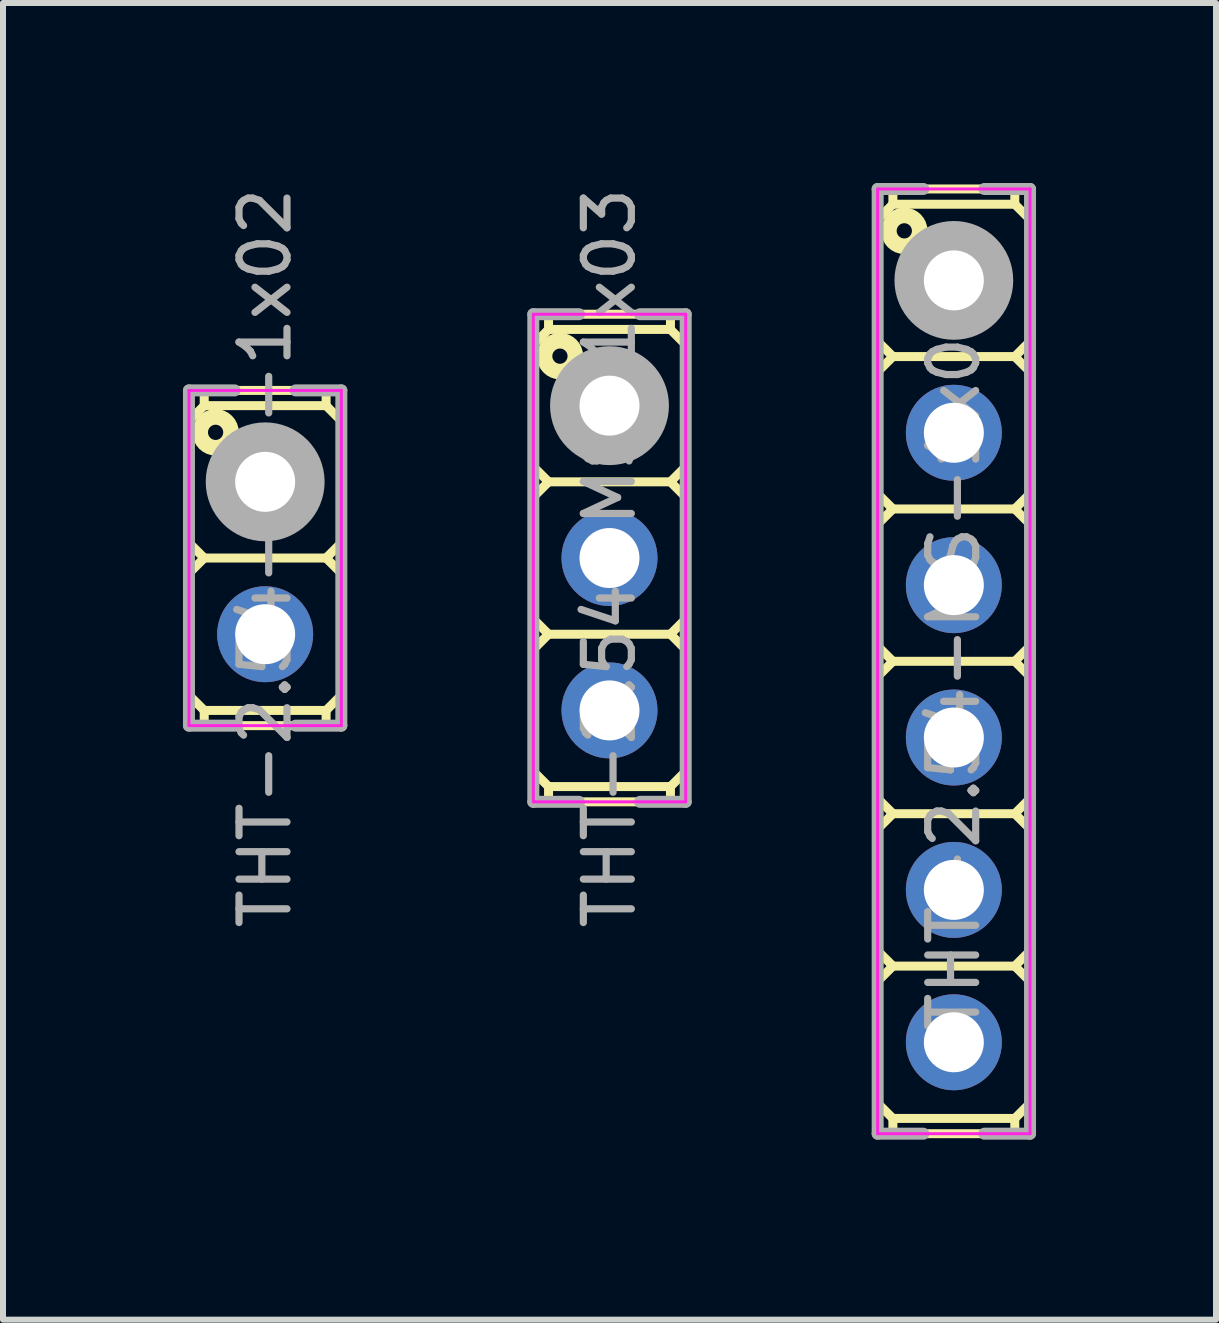
<source format=kicad_pcb>
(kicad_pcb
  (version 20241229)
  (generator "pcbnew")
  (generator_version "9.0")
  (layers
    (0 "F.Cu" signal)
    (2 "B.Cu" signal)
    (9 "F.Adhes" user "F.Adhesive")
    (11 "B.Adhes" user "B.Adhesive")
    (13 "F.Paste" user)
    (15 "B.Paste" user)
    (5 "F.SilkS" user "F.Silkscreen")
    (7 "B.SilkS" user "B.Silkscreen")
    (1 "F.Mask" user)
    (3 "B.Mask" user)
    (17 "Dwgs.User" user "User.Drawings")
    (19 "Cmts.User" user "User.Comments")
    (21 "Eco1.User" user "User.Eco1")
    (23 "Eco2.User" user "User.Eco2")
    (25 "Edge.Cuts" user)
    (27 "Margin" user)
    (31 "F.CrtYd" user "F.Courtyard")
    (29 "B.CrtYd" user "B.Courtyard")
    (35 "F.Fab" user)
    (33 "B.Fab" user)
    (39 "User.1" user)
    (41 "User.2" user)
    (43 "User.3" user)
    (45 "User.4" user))
  (footprint "THT-2.54-MS-1x03"
    (layer "F.Cu")
    (at 7.11 6.252)
    (property "Reference" "THT-2.54-MS-1x03" (at 0 0 270) (layer "F.Fab") (effects (font (size 0.8 0.8) (thickness 0.12))))
    (attr through_hole)
    (fp_line (start -1.27 -3.556) (end -1.27 -1.524) (stroke (width 0.15) (type solid)) (layer "F.SilkS"))
    (fp_line (start -1.27 -3.556) (end -1.016 -3.81) (stroke (width 0.15) (type solid)) (layer "F.SilkS"))
    (fp_line (start -1.27 -1.524) (end -1.016 -1.27) (stroke (width 0.15) (type solid)) (layer "F.SilkS"))
    (fp_line (start -1.27 -1.016) (end -1.27 1.016) (stroke (width 0.15) (type solid)) (layer "F.SilkS"))
    (fp_line (start -1.27 1.016) (end -1.016 1.27) (stroke (width 0.15) (type solid)) (layer "F.SilkS"))
    (fp_line (start -1.27 1.524) (end -1.27 3.556) (stroke (width 0.15) (type solid)) (layer "F.SilkS"))
    (fp_line (start -1.27 3.556) (end -1.016 3.81) (stroke (width 0.15) (type solid)) (layer "F.SilkS"))
    (fp_line (start -1.016 -4.064) (end 1.016 -4.064) (stroke (width 0.15) (type solid)) (layer "F.SilkS"))
    (fp_line (start -1.016 -3.81) (end -1.016 -4.064) (stroke (width 0.15) (type solid)) (layer "F.SilkS"))
    (fp_line (start -1.016 -3.81) (end 1.016 -3.81) (stroke (width 0.15) (type solid)) (layer "F.SilkS"))
    (fp_line (start -1.016 -1.27) (end -1.27 -1.016) (stroke (width 0.15) (type solid)) (layer "F.SilkS"))
    (fp_line (start -1.016 1.27) (end -1.27 1.524) (stroke (width 0.15) (type solid)) (layer "F.SilkS"))
    (fp_line (start -1.016 1.27) (end 1.016 1.27) (stroke (width 0.15) (type solid)) (layer "F.SilkS"))
    (fp_line (start -1.016 3.81) (end -1.016 4.064) (stroke (width 0.15) (type solid)) (layer "F.SilkS"))
    (fp_line (start -1.016 4.064) (end 1.016 4.064) (stroke (width 0.15) (type solid)) (layer "F.SilkS"))
    (fp_line (start 1.016 -4.064) (end 1.016 -3.81) (stroke (width 0.15) (type solid)) (layer "F.SilkS"))
    (fp_line (start 1.016 -3.81) (end 1.27 -3.556) (stroke (width 0.15) (type solid)) (layer "F.SilkS"))
    (fp_line (start 1.016 -1.27) (end -1.016 -1.27) (stroke (width 0.15) (type solid)) (layer "F.SilkS"))
    (fp_line (start 1.016 1.27) (end 1.27 1.016) (stroke (width 0.15) (type solid)) (layer "F.SilkS"))
    (fp_line (start 1.016 3.81) (end -1.016 3.81) (stroke (width 0.15) (type solid)) (layer "F.SilkS"))
    (fp_line (start 1.016 3.81) (end 1.27 3.556) (stroke (width 0.15) (type solid)) (layer "F.SilkS"))
    (fp_line (start 1.016 4.064) (end 1.016 3.81) (stroke (width 0.15) (type solid)) (layer "F.SilkS"))
    (fp_line (start 1.27 -3.556) (end 1.27 -1.524) (stroke (width 0.15) (type solid)) (layer "F.SilkS"))
    (fp_line (start 1.27 -1.524) (end 1.016 -1.27) (stroke (width 0.15) (type solid)) (layer "F.SilkS"))
    (fp_line (start 1.27 -1.016) (end 1.016 -1.27) (stroke (width 0.15) (type solid)) (layer "F.SilkS"))
    (fp_line (start 1.27 1.016) (end 1.27 -1.016) (stroke (width 0.15) (type solid)) (layer "F.SilkS"))
    (fp_line (start 1.27 1.524) (end 1.016 1.27) (stroke (width 0.15) (type solid)) (layer "F.SilkS"))
    (fp_line (start 1.27 3.556) (end 1.27 1.524) (stroke (width 0.15) (type solid)) (layer "F.SilkS"))
    (fp_circle (center -0.826 -3.365) (end -0.699 -3.365) (stroke (width 0.26) (type solid)) (fill no) (layer "F.SilkS"))
    (fp_line (start -1.27 -4.064) (end 1.27 -4.064) (stroke (width 0.05) (type solid)) (layer "F.CrtYd"))
    (fp_line (start -1.27 4.064) (end -1.27 -4.064) (stroke (width 0.05) (type solid)) (layer "F.CrtYd"))
    (fp_line (start 1.27 -4.064) (end 1.27 4.064) (stroke (width 0.05) (type solid)) (layer "F.CrtYd"))
    (fp_line (start 1.27 4.064) (end -1.27 4.064) (stroke (width 0.05) (type solid)) (layer "F.CrtYd"))
    (fp_line (start -1.27 -4.064) (end -1.27 4.064) (stroke (width 0.2) (type solid)) (layer "F.Fab"))
    (fp_line (start -0.508 -4.064) (end -1.27 -4.064) (stroke (width 0.2) (type solid)) (layer "F.Fab"))
    (fp_line (start -0.508 4.064) (end -1.27 4.064) (stroke (width 0.2) (type solid)) (layer "F.Fab"))
    (fp_line (start 1.27 -4.064) (end 0.508 -4.064) (stroke (width 0.2) (type solid)) (layer "F.Fab"))
    (fp_line (start 1.27 4.064) (end 0.508 4.064) (stroke (width 0.2) (type solid)) (layer "F.Fab"))
    (fp_line (start 1.27 4.064) (end 1.27 -4.064) (stroke (width 0.2) (type solid)) (layer "F.Fab"))
    (fp_circle (center 0 -2.54) (end 0 -2.349) (stroke (width 0.8) (type solid)) (fill no) (layer "F.Fab"))
    (pad "1" thru_hole circle (at 0 -2.54) (size 1.6 1.6) (drill 1) (layers "*.Cu" "*.Mask"))
    (pad "2" thru_hole circle (at 0 0) (size 1.6 1.6) (drill 1) (layers "*.Cu" "*.Mask"))
    (pad "3" thru_hole circle (at 0 2.54) (size 1.6 1.6) (drill 1) (layers "*.Cu" "*.Mask")))
  (footprint "THT-2.54-MS-1x06"
    (layer "F.Cu")
    (at 12.85 7.974)
    (property "Reference" "THT-2.54-MS-1x06" (at 0 0 270) (layer "F.Fab") (effects (font (size 0.8 0.8) (thickness 0.12))))
    (attr through_hole)
    (fp_line (start -1.27 -7.366) (end -1.27 -5.334) (stroke (width 0.15) (type solid)) (layer "F.SilkS"))
    (fp_line (start -1.27 -7.366) (end -1.016 -7.62) (stroke (width 0.15) (type solid)) (layer "F.SilkS"))
    (fp_line (start -1.27 -5.334) (end -1.016 -5.08) (stroke (width 0.15) (type solid)) (layer "F.SilkS"))
    (fp_line (start -1.27 -4.826) (end -1.27 -2.794) (stroke (width 0.15) (type solid)) (layer "F.SilkS"))
    (fp_line (start -1.27 -2.794) (end -1.016 -2.54) (stroke (width 0.15) (type solid)) (layer "F.SilkS"))
    (fp_line (start -1.27 -2.286) (end -1.27 -0.254) (stroke (width 0.15) (type solid)) (layer "F.SilkS"))
    (fp_line (start -1.27 -0.254) (end -1.016 0) (stroke (width 0.15) (type solid)) (layer "F.SilkS"))
    (fp_line (start -1.27 0.254) (end -1.27 2.286) (stroke (width 0.15) (type solid)) (layer "F.SilkS"))
    (fp_line (start -1.27 2.286) (end -1.016 2.54) (stroke (width 0.15) (type solid)) (layer "F.SilkS"))
    (fp_line (start -1.27 2.794) (end -1.27 4.826) (stroke (width 0.15) (type solid)) (layer "F.SilkS"))
    (fp_line (start -1.27 4.826) (end -1.016 5.08) (stroke (width 0.15) (type solid)) (layer "F.SilkS"))
    (fp_line (start -1.27 5.334) (end -1.27 7.366) (stroke (width 0.15) (type solid)) (layer "F.SilkS"))
    (fp_line (start -1.27 7.366) (end -1.016 7.62) (stroke (width 0.15) (type solid)) (layer "F.SilkS"))
    (fp_line (start -1.016 -7.874) (end 1.016 -7.874) (stroke (width 0.15) (type solid)) (layer "F.SilkS"))
    (fp_line (start -1.016 -7.62) (end -1.016 -7.874) (stroke (width 0.15) (type solid)) (layer "F.SilkS"))
    (fp_line (start -1.016 -7.62) (end 1.016 -7.62) (stroke (width 0.15) (type solid)) (layer "F.SilkS"))
    (fp_line (start -1.016 -5.08) (end -1.27 -4.826) (stroke (width 0.15) (type solid)) (layer "F.SilkS"))
    (fp_line (start -1.016 -2.54) (end -1.27 -2.286) (stroke (width 0.15) (type solid)) (layer "F.SilkS"))
    (fp_line (start -1.016 -2.54) (end 1.016 -2.54) (stroke (width 0.15) (type solid)) (layer "F.SilkS"))
    (fp_line (start -1.016 0) (end -1.27 0.254) (stroke (width 0.15) (type solid)) (layer "F.SilkS"))
    (fp_line (start -1.016 2.54) (end -1.27 2.794) (stroke (width 0.15) (type solid)) (layer "F.SilkS"))
    (fp_line (start -1.016 5.08) (end -1.27 5.334) (stroke (width 0.15) (type solid)) (layer "F.SilkS"))
    (fp_line (start -1.016 7.62) (end -1.016 7.874) (stroke (width 0.15) (type solid)) (layer "F.SilkS"))
    (fp_line (start -1.016 7.62) (end 1.016 7.62) (stroke (width 0.15) (type solid)) (layer "F.SilkS"))
    (fp_line (start -1.016 7.874) (end 1.016 7.874) (stroke (width 0.15) (type solid)) (layer "F.SilkS"))
    (fp_line (start 1.016 -7.874) (end 1.016 -7.62) (stroke (width 0.15) (type solid)) (layer "F.SilkS"))
    (fp_line (start 1.016 -7.62) (end 1.27 -7.366) (stroke (width 0.15) (type solid)) (layer "F.SilkS"))
    (fp_line (start 1.016 -5.08) (end -1.016 -5.08) (stroke (width 0.15) (type solid)) (layer "F.SilkS"))
    (fp_line (start 1.016 -2.54) (end 1.27 -2.794) (stroke (width 0.15) (type solid)) (layer "F.SilkS"))
    (fp_line (start 1.016 0) (end -1.016 0) (stroke (width 0.15) (type solid)) (layer "F.SilkS"))
    (fp_line (start 1.016 0) (end 1.27 -0.254) (stroke (width 0.15) (type solid)) (layer "F.SilkS"))
    (fp_line (start 1.016 2.54) (end -1.016 2.54) (stroke (width 0.15) (type solid)) (layer "F.SilkS"))
    (fp_line (start 1.016 2.54) (end 1.27 2.286) (stroke (width 0.15) (type solid)) (layer "F.SilkS"))
    (fp_line (start 1.016 5.08) (end -1.016 5.08) (stroke (width 0.15) (type solid)) (layer "F.SilkS"))
    (fp_line (start 1.016 5.08) (end 1.27 4.826) (stroke (width 0.15) (type solid)) (layer "F.SilkS"))
    (fp_line (start 1.016 7.62) (end 1.27 7.366) (stroke (width 0.15) (type solid)) (layer "F.SilkS"))
    (fp_line (start 1.016 7.874) (end 1.016 7.62) (stroke (width 0.15) (type solid)) (layer "F.SilkS"))
    (fp_line (start 1.27 -7.366) (end 1.27 -5.334) (stroke (width 0.15) (type solid)) (layer "F.SilkS"))
    (fp_line (start 1.27 -5.334) (end 1.016 -5.08) (stroke (width 0.15) (type solid)) (layer "F.SilkS"))
    (fp_line (start 1.27 -4.826) (end 1.016 -5.08) (stroke (width 0.15) (type solid)) (layer "F.SilkS"))
    (fp_line (start 1.27 -2.794) (end 1.27 -4.826) (stroke (width 0.15) (type solid)) (layer "F.SilkS"))
    (fp_line (start 1.27 -2.286) (end 1.016 -2.54) (stroke (width 0.15) (type solid)) (layer "F.SilkS"))
    (fp_line (start 1.27 -0.254) (end 1.27 -2.286) (stroke (width 0.15) (type solid)) (layer "F.SilkS"))
    (fp_line (start 1.27 0.254) (end 1.016 0) (stroke (width 0.15) (type solid)) (layer "F.SilkS"))
    (fp_line (start 1.27 2.286) (end 1.27 0.254) (stroke (width 0.15) (type solid)) (layer "F.SilkS"))
    (fp_line (start 1.27 2.794) (end 1.016 2.54) (stroke (width 0.15) (type solid)) (layer "F.SilkS"))
    (fp_line (start 1.27 4.826) (end 1.27 2.794) (stroke (width 0.15) (type solid)) (layer "F.SilkS"))
    (fp_line (start 1.27 5.334) (end 1.016 5.08) (stroke (width 0.15) (type solid)) (layer "F.SilkS"))
    (fp_line (start 1.27 7.366) (end 1.27 5.334) (stroke (width 0.15) (type solid)) (layer "F.SilkS"))
    (fp_circle (center -0.826 -7.176) (end -0.699 -7.176) (stroke (width 0.26) (type solid)) (fill no) (layer "F.SilkS"))
    (fp_line (start -1.27 -7.874) (end 1.27 -7.874) (stroke (width 0.05) (type solid)) (layer "F.CrtYd"))
    (fp_line (start -1.27 7.874) (end -1.27 -7.874) (stroke (width 0.05) (type solid)) (layer "F.CrtYd"))
    (fp_line (start 1.27 -7.874) (end 1.27 7.874) (stroke (width 0.05) (type solid)) (layer "F.CrtYd"))
    (fp_line (start 1.27 7.874) (end -1.27 7.874) (stroke (width 0.05) (type solid)) (layer "F.CrtYd"))
    (fp_line (start -1.27 -7.874) (end -1.27 7.874) (stroke (width 0.2) (type solid)) (layer "F.Fab"))
    (fp_line (start -0.508 -7.874) (end -1.27 -7.874) (stroke (width 0.2) (type solid)) (layer "F.Fab"))
    (fp_line (start -0.508 7.874) (end -1.27 7.874) (stroke (width 0.2) (type solid)) (layer "F.Fab"))
    (fp_line (start 1.27 -7.874) (end 0.508 -7.874) (stroke (width 0.2) (type solid)) (layer "F.Fab"))
    (fp_line (start 1.27 7.874) (end 0.508 7.874) (stroke (width 0.2) (type solid)) (layer "F.Fab"))
    (fp_line (start 1.27 7.874) (end 1.27 -7.874) (stroke (width 0.2) (type solid)) (layer "F.Fab"))
    (fp_circle (center 0 -6.35) (end 0 -6.16) (stroke (width 0.8) (type solid)) (fill no) (layer "F.Fab"))
    (pad "1" thru_hole circle (at 0 -6.35) (size 1.6 1.6) (drill 1) (layers "*.Cu" "*.Mask"))
    (pad "2" thru_hole circle (at 0 -3.81) (size 1.6 1.6) (drill 1) (layers "*.Cu" "*.Mask"))
    (pad "3" thru_hole circle (at 0 -1.27) (size 1.6 1.6) (drill 1) (layers "*.Cu" "*.Mask"))
    (pad "4" thru_hole circle (at 0 1.27) (size 1.6 1.6) (drill 1) (layers "*.Cu" "*.Mask"))
    (pad "5" thru_hole circle (at 0 3.81) (size 1.6 1.6) (drill 1) (layers "*.Cu" "*.Mask"))
    (pad "6" thru_hole circle (at 0 6.35) (size 1.6 1.6) (drill 1) (layers "*.Cu" "*.Mask")))
  (footprint "THT-2.54-MS-1x02"
    (layer "F.Cu")
    (at 1.37 6.252)
    (property "Reference" "THT-2.54-MS-1x02" (at 0 0 270) (layer "F.Fab") (effects (font (size 0.8 0.8) (thickness 0.12))))
    (attr through_hole)
    (fp_line (start -1.27 -2.286) (end -1.27 -0.254) (stroke (width 0.15) (type solid)) (layer "F.SilkS"))
    (fp_line (start -1.27 -2.286) (end -1.016 -2.54) (stroke (width 0.15) (type solid)) (layer "F.SilkS"))
    (fp_line (start -1.27 -0.254) (end -1.016 0) (stroke (width 0.15) (type solid)) (layer "F.SilkS"))
    (fp_line (start -1.27 0.254) (end -1.27 2.286) (stroke (width 0.15) (type solid)) (layer "F.SilkS"))
    (fp_line (start -1.27 2.286) (end -1.016 2.54) (stroke (width 0.15) (type solid)) (layer "F.SilkS"))
    (fp_line (start -1.016 -2.794) (end 1.016 -2.794) (stroke (width 0.15) (type solid)) (layer "F.SilkS"))
    (fp_line (start -1.016 -2.54) (end -1.016 -2.794) (stroke (width 0.15) (type solid)) (layer "F.SilkS"))
    (fp_line (start -1.016 -2.54) (end 1.016 -2.54) (stroke (width 0.15) (type solid)) (layer "F.SilkS"))
    (fp_line (start -1.016 0) (end -1.27 0.254) (stroke (width 0.15) (type solid)) (layer "F.SilkS"))
    (fp_line (start -1.016 2.54) (end -1.016 2.794) (stroke (width 0.15) (type solid)) (layer "F.SilkS"))
    (fp_line (start -1.016 2.794) (end 1.016 2.794) (stroke (width 0.15) (type solid)) (layer "F.SilkS"))
    (fp_line (start 1.016 -2.794) (end 1.016 -2.54) (stroke (width 0.15) (type solid)) (layer "F.SilkS"))
    (fp_line (start 1.016 -2.54) (end 1.27 -2.286) (stroke (width 0.15) (type solid)) (layer "F.SilkS"))
    (fp_line (start 1.016 0) (end -1.016 0) (stroke (width 0.15) (type solid)) (layer "F.SilkS"))
    (fp_line (start 1.016 2.54) (end -1.016 2.54) (stroke (width 0.15) (type solid)) (layer "F.SilkS"))
    (fp_line (start 1.016 2.54) (end 1.27 2.286) (stroke (width 0.15) (type solid)) (layer "F.SilkS"))
    (fp_line (start 1.016 2.794) (end 1.016 2.54) (stroke (width 0.15) (type solid)) (layer "F.SilkS"))
    (fp_line (start 1.27 -2.286) (end 1.27 -0.254) (stroke (width 0.15) (type solid)) (layer "F.SilkS"))
    (fp_line (start 1.27 -0.254) (end 1.016 0) (stroke (width 0.15) (type solid)) (layer "F.SilkS"))
    (fp_line (start 1.27 0.254) (end 1.016 0) (stroke (width 0.15) (type solid)) (layer "F.SilkS"))
    (fp_line (start 1.27 2.286) (end 1.27 0.254) (stroke (width 0.15) (type solid)) (layer "F.SilkS"))
    (fp_circle (center -0.826 -2.095) (end -0.699 -2.095) (stroke (width 0.26) (type solid)) (fill no) (layer "F.SilkS"))
    (fp_line (start -1.27 -2.794) (end 1.27 -2.794) (stroke (width 0.05) (type solid)) (layer "F.CrtYd"))
    (fp_line (start -1.27 2.794) (end -1.27 -2.794) (stroke (width 0.05) (type solid)) (layer "F.CrtYd"))
    (fp_line (start 1.27 -2.794) (end 1.27 2.794) (stroke (width 0.05) (type solid)) (layer "F.CrtYd"))
    (fp_line (start 1.27 2.794) (end -1.27 2.794) (stroke (width 0.05) (type solid)) (layer "F.CrtYd"))
    (fp_line (start -1.27 -2.794) (end -1.27 2.794) (stroke (width 0.2) (type solid)) (layer "F.Fab"))
    (fp_line (start -0.508 -2.794) (end -1.27 -2.794) (stroke (width 0.2) (type solid)) (layer "F.Fab"))
    (fp_line (start -0.508 2.794) (end -1.27 2.794) (stroke (width 0.2) (type solid)) (layer "F.Fab"))
    (fp_line (start 1.27 -2.794) (end 0.508 -2.794) (stroke (width 0.2) (type solid)) (layer "F.Fab"))
    (fp_line (start 1.27 2.794) (end 0.508 2.794) (stroke (width 0.2) (type solid)) (layer "F.Fab"))
    (fp_line (start 1.27 2.794) (end 1.27 -2.794) (stroke (width 0.2) (type solid)) (layer "F.Fab"))
    (fp_circle (center 0 -1.27) (end 0 -1.079) (stroke (width 0.8) (type solid)) (fill no) (layer "F.Fab"))
    (pad "1" thru_hole circle (at 0 -1.27) (size 1.6 1.6) (drill 1) (layers "*.Cu" "*.Mask"))
    (pad "2" thru_hole circle (at 0 1.27) (size 1.6 1.6) (drill 1) (layers "*.Cu" "*.Mask")))
  (gr_rect
    (start -3 -3)
    (end 17.22 18.948)
    (stroke (width 0.1) (type default))
    (fill no)
    (layer "Edge.Cuts")))
</source>
